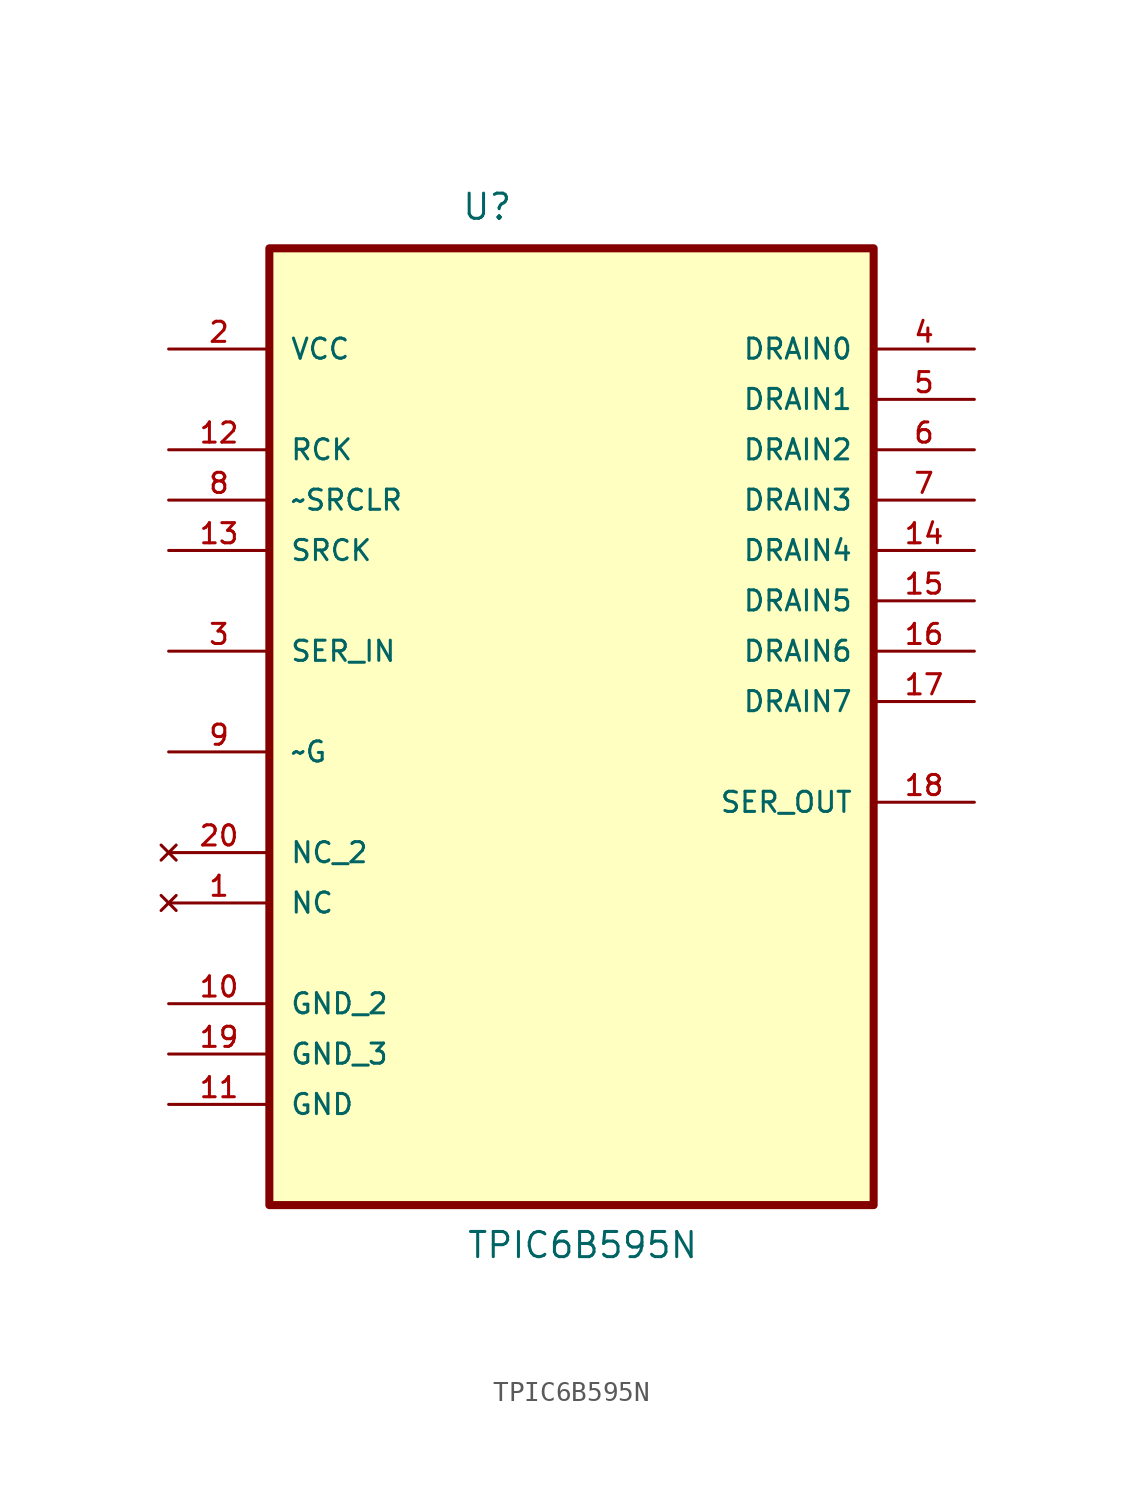
<source format=kicad_sym>
(kicad_symbol_lib
  (version 20211014)
  (generator kicad_symbol_editor)
  (symbol "TPIC6B595N"
    (pin_names
      (offset 1.016))
    (property "Reference" "U"
      (at -5.564 21.67 0.0)
      (effects (font (size 1.27 1.27)) (justify bottom left)))
    (property "Value" "TPIC6B595N"
      (at -5.316 -30.703 0.0)
      (effects (font (size 1.27 1.27)) (justify bottom left)))
    (symbol "TPIC6B595N_0_0"
      (rectangle (start -15.24 -27.94) (end 15.24 20.32) (stroke (width 0.406)) (fill (type background)))
      (pin power_in line (at -20.32 15.24 0) (length 5.08) (name "VCC" (effects (font (size 1.016 1.016)))) (number "2" (effects (font (size 1.016 1.016)))))
      (pin input line (at -20.32 10.16 0) (length 5.08) (name "RCK" (effects (font (size 1.016 1.016)))) (number "12" (effects (font (size 1.016 1.016)))))
      (pin input line (at -20.32 7.62 0) (length 5.08) (name "~SRCLR" (effects (font (size 1.016 1.016)))) (number "8" (effects (font (size 1.016 1.016)))))
      (pin input line (at -20.32 5.08 0) (length 5.08) (name "SRCK" (effects (font (size 1.016 1.016)))) (number "13" (effects (font (size 1.016 1.016)))))
      (pin input line (at -20.32 0.0 0) (length 5.08) (name "SER_IN" (effects (font (size 1.016 1.016)))) (number "3" (effects (font (size 1.016 1.016)))))
      (pin input line (at -20.32 -5.08 0) (length 5.08) (name "~G" (effects (font (size 1.016 1.016)))) (number "9" (effects (font (size 1.016 1.016)))))
      (pin no_connect line (at -20.32 -10.16 0) (length 5.08) (name "NC_2" (effects (font (size 1.016 1.016)))) (number "20" (effects (font (size 1.016 1.016)))))
      (pin no_connect line (at -20.32 -12.7 0) (length 5.08) (name "NC" (effects (font (size 1.016 1.016)))) (number "1" (effects (font (size 1.016 1.016)))))
      (pin passive line (at -20.32 -17.78 0) (length 5.08) (name "GND_2" (effects (font (size 1.016 1.016)))) (number "10" (effects (font (size 1.016 1.016)))))
      (pin passive line (at -20.32 -20.32 0) (length 5.08) (name "GND_3" (effects (font (size 1.016 1.016)))) (number "19" (effects (font (size 1.016 1.016)))))
      (pin passive line (at -20.32 -22.86 0) (length 5.08) (name "GND" (effects (font (size 1.016 1.016)))) (number "11" (effects (font (size 1.016 1.016)))))
      (pin output line (at 20.32 15.24 180.0) (length 5.08) (name "DRAIN0" (effects (font (size 1.016 1.016)))) (number "4" (effects (font (size 1.016 1.016)))))
      (pin output line (at 20.32 12.7 180.0) (length 5.08) (name "DRAIN1" (effects (font (size 1.016 1.016)))) (number "5" (effects (font (size 1.016 1.016)))))
      (pin output line (at 20.32 10.16 180.0) (length 5.08) (name "DRAIN2" (effects (font (size 1.016 1.016)))) (number "6" (effects (font (size 1.016 1.016)))))
      (pin output line (at 20.32 7.62 180.0) (length 5.08) (name "DRAIN3" (effects (font (size 1.016 1.016)))) (number "7" (effects (font (size 1.016 1.016)))))
      (pin output line (at 20.32 5.08 180.0) (length 5.08) (name "DRAIN4" (effects (font (size 1.016 1.016)))) (number "14" (effects (font (size 1.016 1.016)))))
      (pin output line (at 20.32 2.54 180.0) (length 5.08) (name "DRAIN5" (effects (font (size 1.016 1.016)))) (number "15" (effects (font (size 1.016 1.016)))))
      (pin output line (at 20.32 0.0 180.0) (length 5.08) (name "DRAIN6" (effects (font (size 1.016 1.016)))) (number "16" (effects (font (size 1.016 1.016)))))
      (pin output line (at 20.32 -2.54 180.0) (length 5.08) (name "DRAIN7" (effects (font (size 1.016 1.016)))) (number "17" (effects (font (size 1.016 1.016)))))
      (pin output line (at 20.32 -7.62 180.0) (length 5.08) (name "SER_OUT" (effects (font (size 1.016 1.016)))) (number "18" (effects (font (size 1.016 1.016))))))))
</source>
